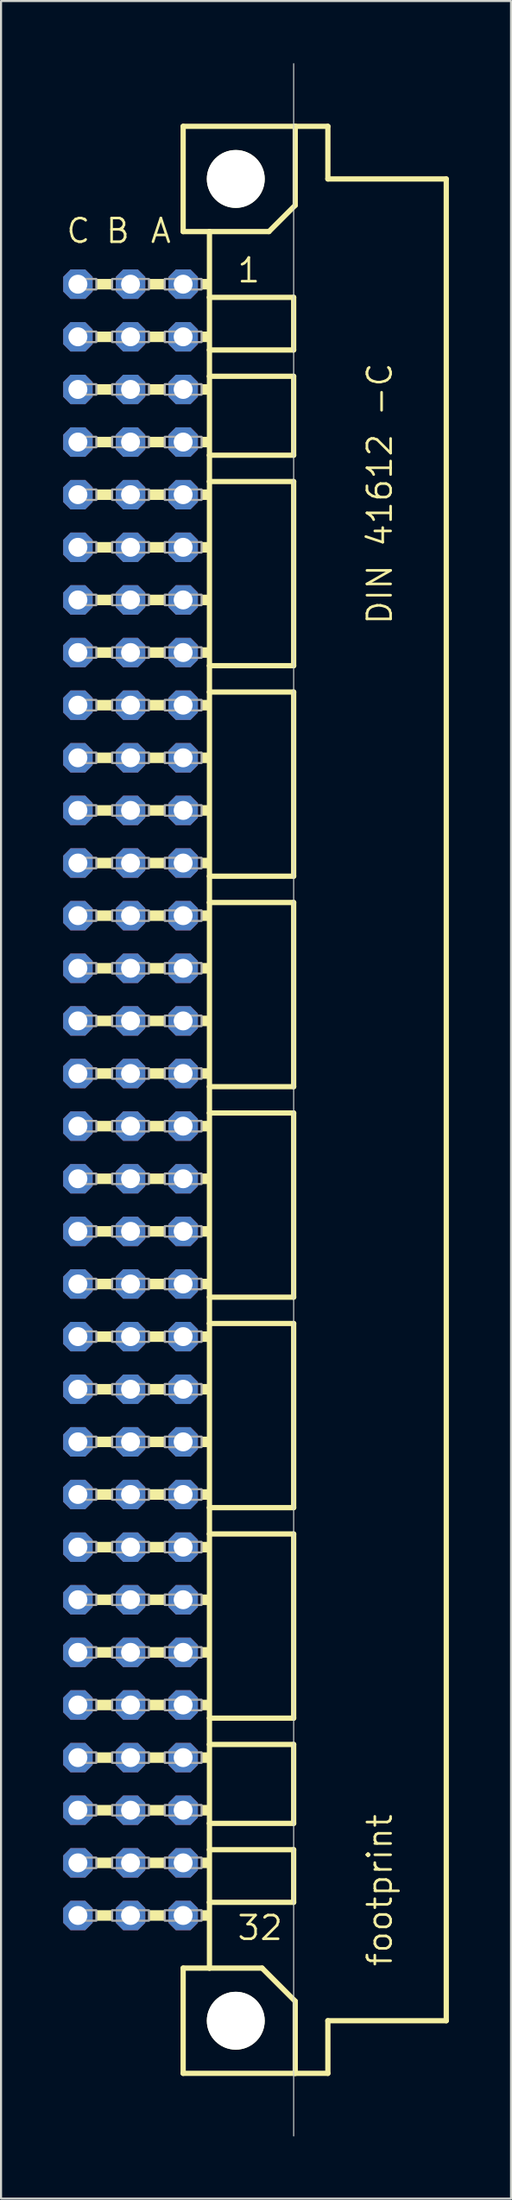
<source format=kicad_pcb>
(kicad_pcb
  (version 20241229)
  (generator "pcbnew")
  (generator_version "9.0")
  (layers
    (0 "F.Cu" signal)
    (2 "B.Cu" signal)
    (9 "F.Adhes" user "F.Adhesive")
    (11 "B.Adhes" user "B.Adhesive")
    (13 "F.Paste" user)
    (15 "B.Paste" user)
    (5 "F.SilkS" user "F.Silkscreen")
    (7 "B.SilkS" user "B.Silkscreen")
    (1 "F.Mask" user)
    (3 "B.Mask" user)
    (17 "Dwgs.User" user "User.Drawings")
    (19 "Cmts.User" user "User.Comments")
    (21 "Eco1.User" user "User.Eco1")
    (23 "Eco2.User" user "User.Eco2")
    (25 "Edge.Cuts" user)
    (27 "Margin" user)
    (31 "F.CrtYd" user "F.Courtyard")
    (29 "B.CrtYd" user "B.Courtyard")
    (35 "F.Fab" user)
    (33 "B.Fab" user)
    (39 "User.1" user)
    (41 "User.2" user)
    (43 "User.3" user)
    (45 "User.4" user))
  (footprint "footprint"
    (layer "F.Cu")
    (at 8.331 50.038)
    (property "Reference" "footprint" (at 7.62 41.91 90) (layer "F.SilkS") (effects (font (size 1.143 1.143) (thickness 0.127)) (justify left bottom)))
    (fp_line (start -2.54 -46.99) (end -2.54 -41.91) (stroke (width 0.254) (type solid)) (layer "F.SilkS"))
    (fp_line (start -2.54 -41.91) (end -1.27 -41.91) (stroke (width 0.254) (type solid)) (layer "F.SilkS"))
    (fp_line (start -2.54 41.91) (end -2.54 46.99) (stroke (width 0.254) (type solid)) (layer "F.SilkS"))
    (fp_line (start -2.54 41.91) (end -1.27 41.91) (stroke (width 0.254) (type solid)) (layer "F.SilkS"))
    (fp_line (start -2.54 46.99) (end 2.87 46.99) (stroke (width 0.254) (type solid)) (layer "F.SilkS"))
    (fp_line (start -1.27 -41.91) (end -1.27 -38.735) (stroke (width 0.254) (type solid)) (layer "F.SilkS"))
    (fp_line (start -1.27 -41.91) (end 1.6 -41.91) (stroke (width 0.254) (type solid)) (layer "F.SilkS"))
    (fp_line (start -1.27 -38.735) (end -1.27 -36.195) (stroke (width 0.254) (type solid)) (layer "F.SilkS"))
    (fp_line (start -1.27 -36.195) (end -1.27 -34.925) (stroke (width 0.254) (type solid)) (layer "F.SilkS"))
    (fp_line (start -1.27 -34.925) (end -1.27 -31.115) (stroke (width 0.254) (type solid)) (layer "F.SilkS"))
    (fp_line (start -1.27 -31.115) (end -1.27 -29.845) (stroke (width 0.254) (type solid)) (layer "F.SilkS"))
    (fp_line (start -1.27 -29.845) (end -1.27 -20.955) (stroke (width 0.254) (type solid)) (layer "F.SilkS"))
    (fp_line (start -1.27 -20.955) (end -1.27 -19.685) (stroke (width 0.254) (type solid)) (layer "F.SilkS"))
    (fp_line (start -1.27 -19.685) (end -1.27 -10.795) (stroke (width 0.254) (type solid)) (layer "F.SilkS"))
    (fp_line (start -1.27 -10.795) (end -1.27 -9.525) (stroke (width 0.254) (type solid)) (layer "F.SilkS"))
    (fp_line (start -1.27 -9.525) (end -1.27 -0.635) (stroke (width 0.254) (type solid)) (layer "F.SilkS"))
    (fp_line (start -1.27 -0.635) (end -1.27 0.635) (stroke (width 0.254) (type solid)) (layer "F.SilkS"))
    (fp_line (start -1.27 0.635) (end -1.27 9.525) (stroke (width 0.254) (type solid)) (layer "F.SilkS"))
    (fp_line (start -1.27 9.525) (end -1.27 10.795) (stroke (width 0.254) (type solid)) (layer "F.SilkS"))
    (fp_line (start -1.27 10.795) (end -1.27 19.685) (stroke (width 0.254) (type solid)) (layer "F.SilkS"))
    (fp_line (start -1.27 19.685) (end -1.27 20.955) (stroke (width 0.254) (type solid)) (layer "F.SilkS"))
    (fp_line (start -1.27 20.955) (end -1.27 29.845) (stroke (width 0.254) (type solid)) (layer "F.SilkS"))
    (fp_line (start -1.27 29.845) (end -1.27 31.115) (stroke (width 0.254) (type solid)) (layer "F.SilkS"))
    (fp_line (start -1.27 31.115) (end -1.27 34.925) (stroke (width 0.254) (type solid)) (layer "F.SilkS"))
    (fp_line (start -1.27 34.925) (end -1.27 36.195) (stroke (width 0.254) (type solid)) (layer "F.SilkS"))
    (fp_line (start -1.27 36.195) (end -1.27 38.735) (stroke (width 0.254) (type solid)) (layer "F.SilkS"))
    (fp_line (start -1.27 38.735) (end -1.27 41.91) (stroke (width 0.254) (type solid)) (layer "F.SilkS"))
    (fp_line (start -1.27 41.91) (end 1.27 41.91) (stroke (width 0.254) (type solid)) (layer "F.SilkS"))
    (fp_line (start 1.6 -41.91) (end 2.87 -43.18) (stroke (width 0.254) (type solid)) (layer "F.SilkS"))
    (fp_line (start 2.794 -38.735) (end -1.27 -38.735) (stroke (width 0.254) (type solid)) (layer "F.SilkS"))
    (fp_line (start 2.794 -38.735) (end 2.794 -36.195) (stroke (width 0.254) (type solid)) (layer "F.SilkS"))
    (fp_line (start 2.794 -36.195) (end -1.27 -36.195) (stroke (width 0.254) (type solid)) (layer "F.SilkS"))
    (fp_line (start 2.794 -34.925) (end -1.27 -34.925) (stroke (width 0.254) (type solid)) (layer "F.SilkS"))
    (fp_line (start 2.794 -34.925) (end 2.794 -31.115) (stroke (width 0.254) (type solid)) (layer "F.SilkS"))
    (fp_line (start 2.794 -31.115) (end -1.27 -31.115) (stroke (width 0.254) (type solid)) (layer "F.SilkS"))
    (fp_line (start 2.794 -29.845) (end -1.27 -29.845) (stroke (width 0.254) (type solid)) (layer "F.SilkS"))
    (fp_line (start 2.794 -29.845) (end 2.794 -20.955) (stroke (width 0.254) (type solid)) (layer "F.SilkS"))
    (fp_line (start 2.794 -20.955) (end -1.27 -20.955) (stroke (width 0.254) (type solid)) (layer "F.SilkS"))
    (fp_line (start 2.794 -19.685) (end -1.27 -19.685) (stroke (width 0.254) (type solid)) (layer "F.SilkS"))
    (fp_line (start 2.794 -19.685) (end 2.794 -10.795) (stroke (width 0.254) (type solid)) (layer "F.SilkS"))
    (fp_line (start 2.794 -10.795) (end -1.27 -10.795) (stroke (width 0.254) (type solid)) (layer "F.SilkS"))
    (fp_line (start 2.794 -9.525) (end -1.27 -9.525) (stroke (width 0.254) (type solid)) (layer "F.SilkS"))
    (fp_line (start 2.794 -9.525) (end 2.794 -0.635) (stroke (width 0.254) (type solid)) (layer "F.SilkS"))
    (fp_line (start 2.794 -0.635) (end -1.27 -0.635) (stroke (width 0.254) (type solid)) (layer "F.SilkS"))
    (fp_line (start 2.794 0.635) (end -1.27 0.635) (stroke (width 0.254) (type solid)) (layer "F.SilkS"))
    (fp_line (start 2.794 0.635) (end 2.794 9.525) (stroke (width 0.254) (type solid)) (layer "F.SilkS"))
    (fp_line (start 2.794 9.525) (end -1.27 9.525) (stroke (width 0.254) (type solid)) (layer "F.SilkS"))
    (fp_line (start 2.794 10.795) (end -1.27 10.795) (stroke (width 0.254) (type solid)) (layer "F.SilkS"))
    (fp_line (start 2.794 10.795) (end 2.794 19.685) (stroke (width 0.254) (type solid)) (layer "F.SilkS"))
    (fp_line (start 2.794 19.685) (end -1.27 19.685) (stroke (width 0.254) (type solid)) (layer "F.SilkS"))
    (fp_line (start 2.794 20.955) (end -1.27 20.955) (stroke (width 0.254) (type solid)) (layer "F.SilkS"))
    (fp_line (start 2.794 20.955) (end 2.794 29.845) (stroke (width 0.254) (type solid)) (layer "F.SilkS"))
    (fp_line (start 2.794 29.845) (end -1.27 29.845) (stroke (width 0.254) (type solid)) (layer "F.SilkS"))
    (fp_line (start 2.794 31.115) (end -1.27 31.115) (stroke (width 0.254) (type solid)) (layer "F.SilkS"))
    (fp_line (start 2.794 31.115) (end 2.794 34.925) (stroke (width 0.254) (type solid)) (layer "F.SilkS"))
    (fp_line (start 2.794 34.925) (end -1.27 34.925) (stroke (width 0.254) (type solid)) (layer "F.SilkS"))
    (fp_line (start 2.794 36.195) (end -1.27 36.195) (stroke (width 0.254) (type solid)) (layer "F.SilkS"))
    (fp_line (start 2.794 36.195) (end 2.794 38.735) (stroke (width 0.254) (type solid)) (layer "F.SilkS"))
    (fp_line (start 2.794 38.735) (end -1.27 38.735) (stroke (width 0.254) (type solid)) (layer "F.SilkS"))
    (fp_line (start 2.87 -46.99) (end -2.54 -46.99) (stroke (width 0.254) (type solid)) (layer "F.SilkS"))
    (fp_line (start 2.87 -43.18) (end 2.87 -46.99) (stroke (width 0.254) (type solid)) (layer "F.SilkS"))
    (fp_line (start 2.87 43.51) (end 1.27 41.91) (stroke (width 0.254) (type solid)) (layer "F.SilkS"))
    (fp_line (start 2.87 43.51) (end 2.87 46.99) (stroke (width 0.254) (type solid)) (layer "F.SilkS"))
    (fp_line (start 2.87 46.99) (end 4.445 46.99) (stroke (width 0.254) (type solid)) (layer "F.SilkS"))
    (fp_line (start 4.445 -46.99) (end 2.87 -46.99) (stroke (width 0.254) (type solid)) (layer "F.SilkS"))
    (fp_line (start 4.445 -44.45) (end 4.445 -46.99) (stroke (width 0.254) (type solid)) (layer "F.SilkS"))
    (fp_line (start 4.445 44.45) (end 10.16 44.45) (stroke (width 0.254) (type solid)) (layer "F.SilkS"))
    (fp_line (start 4.445 46.99) (end 4.445 44.45) (stroke (width 0.254) (type solid)) (layer "F.SilkS"))
    (fp_line (start 10.16 -44.45) (end 4.445 -44.45) (stroke (width 0.254) (type solid)) (layer "F.SilkS"))
    (fp_line (start 10.16 44.45) (end 10.16 -44.45) (stroke (width 0.254) (type solid)) (layer "F.SilkS"))
    (fp_circle (center 0 -44.45) (end 1.27 -44.45) (stroke (width 0.254) (type solid)) (fill no) (layer "F.SilkS"))
    (fp_circle (center 0 44.45) (end 1.27 44.45) (stroke (width 0.254) (type solid)) (fill no) (layer "F.SilkS"))
    (fp_poly (pts (xy -6.731 -39.116) (xy -5.969 -39.116) (xy -5.969 -39.624) (xy -6.731 -39.624)) (stroke (width 0) (type solid)) (fill yes) (layer "F.SilkS"))
    (fp_poly (pts (xy -6.731 -36.576) (xy -5.969 -36.576) (xy -5.969 -37.084) (xy -6.731 -37.084)) (stroke (width 0) (type solid)) (fill yes) (layer "F.SilkS"))
    (fp_poly (pts (xy -6.731 -34.036) (xy -5.969 -34.036) (xy -5.969 -34.544) (xy -6.731 -34.544)) (stroke (width 0) (type solid)) (fill yes) (layer "F.SilkS"))
    (fp_poly (pts (xy -6.731 -31.496) (xy -5.969 -31.496) (xy -5.969 -32.004) (xy -6.731 -32.004)) (stroke (width 0) (type solid)) (fill yes) (layer "F.SilkS"))
    (fp_poly (pts (xy -6.731 -28.956) (xy -5.969 -28.956) (xy -5.969 -29.464) (xy -6.731 -29.464)) (stroke (width 0) (type solid)) (fill yes) (layer "F.SilkS"))
    (fp_poly (pts (xy -6.731 -26.416) (xy -5.969 -26.416) (xy -5.969 -26.924) (xy -6.731 -26.924)) (stroke (width 0) (type solid)) (fill yes) (layer "F.SilkS"))
    (fp_poly (pts (xy -6.731 -23.876) (xy -5.969 -23.876) (xy -5.969 -24.384) (xy -6.731 -24.384)) (stroke (width 0) (type solid)) (fill yes) (layer "F.SilkS"))
    (fp_poly (pts (xy -6.731 -21.336) (xy -5.969 -21.336) (xy -5.969 -21.844) (xy -6.731 -21.844)) (stroke (width 0) (type solid)) (fill yes) (layer "F.SilkS"))
    (fp_poly (pts (xy -6.731 -18.796) (xy -5.969 -18.796) (xy -5.969 -19.304) (xy -6.731 -19.304)) (stroke (width 0) (type solid)) (fill yes) (layer "F.SilkS"))
    (fp_poly (pts (xy -6.731 -16.256) (xy -5.969 -16.256) (xy -5.969 -16.764) (xy -6.731 -16.764)) (stroke (width 0) (type solid)) (fill yes) (layer "F.SilkS"))
    (fp_poly (pts (xy -6.731 -13.716) (xy -5.969 -13.716) (xy -5.969 -14.224) (xy -6.731 -14.224)) (stroke (width 0) (type solid)) (fill yes) (layer "F.SilkS"))
    (fp_poly (pts (xy -6.731 -11.176) (xy -5.969 -11.176) (xy -5.969 -11.684) (xy -6.731 -11.684)) (stroke (width 0) (type solid)) (fill yes) (layer "F.SilkS"))
    (fp_poly (pts (xy -6.731 -8.636) (xy -5.969 -8.636) (xy -5.969 -9.144) (xy -6.731 -9.144)) (stroke (width 0) (type solid)) (fill yes) (layer "F.SilkS"))
    (fp_poly (pts (xy -6.731 -6.096) (xy -5.969 -6.096) (xy -5.969 -6.604) (xy -6.731 -6.604)) (stroke (width 0) (type solid)) (fill yes) (layer "F.SilkS"))
    (fp_poly (pts (xy -6.731 -3.556) (xy -5.969 -3.556) (xy -5.969 -4.064) (xy -6.731 -4.064)) (stroke (width 0) (type solid)) (fill yes) (layer "F.SilkS"))
    (fp_poly (pts (xy -6.731 -1.016) (xy -5.969 -1.016) (xy -5.969 -1.524) (xy -6.731 -1.524)) (stroke (width 0) (type solid)) (fill yes) (layer "F.SilkS"))
    (fp_poly (pts (xy -6.731 1.524) (xy -5.969 1.524) (xy -5.969 1.016) (xy -6.731 1.016)) (stroke (width 0) (type solid)) (fill yes) (layer "F.SilkS"))
    (fp_poly (pts (xy -6.731 4.064) (xy -5.969 4.064) (xy -5.969 3.556) (xy -6.731 3.556)) (stroke (width 0) (type solid)) (fill yes) (layer "F.SilkS"))
    (fp_poly (pts (xy -6.731 6.604) (xy -5.969 6.604) (xy -5.969 6.096) (xy -6.731 6.096)) (stroke (width 0) (type solid)) (fill yes) (layer "F.SilkS"))
    (fp_poly (pts (xy -6.731 9.144) (xy -5.969 9.144) (xy -5.969 8.636) (xy -6.731 8.636)) (stroke (width 0) (type solid)) (fill yes) (layer "F.SilkS"))
    (fp_poly (pts (xy -6.731 11.684) (xy -5.969 11.684) (xy -5.969 11.176) (xy -6.731 11.176)) (stroke (width 0) (type solid)) (fill yes) (layer "F.SilkS"))
    (fp_poly (pts (xy -6.731 14.224) (xy -5.969 14.224) (xy -5.969 13.716) (xy -6.731 13.716)) (stroke (width 0) (type solid)) (fill yes) (layer "F.SilkS"))
    (fp_poly (pts (xy -6.731 16.764) (xy -5.969 16.764) (xy -5.969 16.256) (xy -6.731 16.256)) (stroke (width 0) (type solid)) (fill yes) (layer "F.SilkS"))
    (fp_poly (pts (xy -6.731 19.304) (xy -5.969 19.304) (xy -5.969 18.796) (xy -6.731 18.796)) (stroke (width 0) (type solid)) (fill yes) (layer "F.SilkS"))
    (fp_poly (pts (xy -6.731 21.844) (xy -5.969 21.844) (xy -5.969 21.336) (xy -6.731 21.336)) (stroke (width 0) (type solid)) (fill yes) (layer "F.SilkS"))
    (fp_poly (pts (xy -6.731 24.384) (xy -5.969 24.384) (xy -5.969 23.876) (xy -6.731 23.876)) (stroke (width 0) (type solid)) (fill yes) (layer "F.SilkS"))
    (fp_poly (pts (xy -6.731 26.924) (xy -5.969 26.924) (xy -5.969 26.416) (xy -6.731 26.416)) (stroke (width 0) (type solid)) (fill yes) (layer "F.SilkS"))
    (fp_poly (pts (xy -6.731 29.464) (xy -5.969 29.464) (xy -5.969 28.956) (xy -6.731 28.956)) (stroke (width 0) (type solid)) (fill yes) (layer "F.SilkS"))
    (fp_poly (pts (xy -6.731 32.004) (xy -5.969 32.004) (xy -5.969 31.496) (xy -6.731 31.496)) (stroke (width 0) (type solid)) (fill yes) (layer "F.SilkS"))
    (fp_poly (pts (xy -6.731 34.544) (xy -5.969 34.544) (xy -5.969 34.036) (xy -6.731 34.036)) (stroke (width 0) (type solid)) (fill yes) (layer "F.SilkS"))
    (fp_poly (pts (xy -6.731 37.084) (xy -5.969 37.084) (xy -5.969 36.576) (xy -6.731 36.576)) (stroke (width 0) (type solid)) (fill yes) (layer "F.SilkS"))
    (fp_poly (pts (xy -6.731 39.624) (xy -5.969 39.624) (xy -5.969 39.116) (xy -6.731 39.116)) (stroke (width 0) (type solid)) (fill yes) (layer "F.SilkS"))
    (fp_poly (pts (xy -4.191 -39.116) (xy -3.429 -39.116) (xy -3.429 -39.624) (xy -4.191 -39.624)) (stroke (width 0) (type solid)) (fill yes) (layer "F.SilkS"))
    (fp_poly (pts (xy -4.191 -36.576) (xy -3.429 -36.576) (xy -3.429 -37.084) (xy -4.191 -37.084)) (stroke (width 0) (type solid)) (fill yes) (layer "F.SilkS"))
    (fp_poly (pts (xy -4.191 -34.036) (xy -3.429 -34.036) (xy -3.429 -34.544) (xy -4.191 -34.544)) (stroke (width 0) (type solid)) (fill yes) (layer "F.SilkS"))
    (fp_poly (pts (xy -4.191 -31.496) (xy -3.429 -31.496) (xy -3.429 -32.004) (xy -4.191 -32.004)) (stroke (width 0) (type solid)) (fill yes) (layer "F.SilkS"))
    (fp_poly (pts (xy -4.191 -28.956) (xy -3.429 -28.956) (xy -3.429 -29.464) (xy -4.191 -29.464)) (stroke (width 0) (type solid)) (fill yes) (layer "F.SilkS"))
    (fp_poly (pts (xy -4.191 -26.416) (xy -3.429 -26.416) (xy -3.429 -26.924) (xy -4.191 -26.924)) (stroke (width 0) (type solid)) (fill yes) (layer "F.SilkS"))
    (fp_poly (pts (xy -4.191 -23.876) (xy -3.429 -23.876) (xy -3.429 -24.384) (xy -4.191 -24.384)) (stroke (width 0) (type solid)) (fill yes) (layer "F.SilkS"))
    (fp_poly (pts (xy -4.191 -21.336) (xy -3.429 -21.336) (xy -3.429 -21.844) (xy -4.191 -21.844)) (stroke (width 0) (type solid)) (fill yes) (layer "F.SilkS"))
    (fp_poly (pts (xy -4.191 -18.796) (xy -3.429 -18.796) (xy -3.429 -19.304) (xy -4.191 -19.304)) (stroke (width 0) (type solid)) (fill yes) (layer "F.SilkS"))
    (fp_poly (pts (xy -4.191 -16.256) (xy -3.429 -16.256) (xy -3.429 -16.764) (xy -4.191 -16.764)) (stroke (width 0) (type solid)) (fill yes) (layer "F.SilkS"))
    (fp_poly (pts (xy -4.191 -13.716) (xy -3.429 -13.716) (xy -3.429 -14.224) (xy -4.191 -14.224)) (stroke (width 0) (type solid)) (fill yes) (layer "F.SilkS"))
    (fp_poly (pts (xy -4.191 -11.176) (xy -3.429 -11.176) (xy -3.429 -11.684) (xy -4.191 -11.684)) (stroke (width 0) (type solid)) (fill yes) (layer "F.SilkS"))
    (fp_poly (pts (xy -4.191 -8.636) (xy -3.429 -8.636) (xy -3.429 -9.144) (xy -4.191 -9.144)) (stroke (width 0) (type solid)) (fill yes) (layer "F.SilkS"))
    (fp_poly (pts (xy -4.191 -6.096) (xy -3.429 -6.096) (xy -3.429 -6.604) (xy -4.191 -6.604)) (stroke (width 0) (type solid)) (fill yes) (layer "F.SilkS"))
    (fp_poly (pts (xy -4.191 -3.556) (xy -3.429 -3.556) (xy -3.429 -4.064) (xy -4.191 -4.064)) (stroke (width 0) (type solid)) (fill yes) (layer "F.SilkS"))
    (fp_poly (pts (xy -4.191 -1.016) (xy -3.429 -1.016) (xy -3.429 -1.524) (xy -4.191 -1.524)) (stroke (width 0) (type solid)) (fill yes) (layer "F.SilkS"))
    (fp_poly (pts (xy -4.191 1.524) (xy -3.429 1.524) (xy -3.429 1.016) (xy -4.191 1.016)) (stroke (width 0) (type solid)) (fill yes) (layer "F.SilkS"))
    (fp_poly (pts (xy -4.191 4.064) (xy -3.429 4.064) (xy -3.429 3.556) (xy -4.191 3.556)) (stroke (width 0) (type solid)) (fill yes) (layer "F.SilkS"))
    (fp_poly (pts (xy -4.191 6.604) (xy -3.429 6.604) (xy -3.429 6.096) (xy -4.191 6.096)) (stroke (width 0) (type solid)) (fill yes) (layer "F.SilkS"))
    (fp_poly (pts (xy -4.191 9.144) (xy -3.429 9.144) (xy -3.429 8.636) (xy -4.191 8.636)) (stroke (width 0) (type solid)) (fill yes) (layer "F.SilkS"))
    (fp_poly (pts (xy -4.191 11.684) (xy -3.429 11.684) (xy -3.429 11.176) (xy -4.191 11.176)) (stroke (width 0) (type solid)) (fill yes) (layer "F.SilkS"))
    (fp_poly (pts (xy -4.191 14.224) (xy -3.429 14.224) (xy -3.429 13.716) (xy -4.191 13.716)) (stroke (width 0) (type solid)) (fill yes) (layer "F.SilkS"))
    (fp_poly (pts (xy -4.191 16.764) (xy -3.429 16.764) (xy -3.429 16.256) (xy -4.191 16.256)) (stroke (width 0) (type solid)) (fill yes) (layer "F.SilkS"))
    (fp_poly (pts (xy -4.191 19.304) (xy -3.429 19.304) (xy -3.429 18.796) (xy -4.191 18.796)) (stroke (width 0) (type solid)) (fill yes) (layer "F.SilkS"))
    (fp_poly (pts (xy -4.191 21.844) (xy -3.429 21.844) (xy -3.429 21.336) (xy -4.191 21.336)) (stroke (width 0) (type solid)) (fill yes) (layer "F.SilkS"))
    (fp_poly (pts (xy -4.191 24.384) (xy -3.429 24.384) (xy -3.429 23.876) (xy -4.191 23.876)) (stroke (width 0) (type solid)) (fill yes) (layer "F.SilkS"))
    (fp_poly (pts (xy -4.191 26.924) (xy -3.429 26.924) (xy -3.429 26.416) (xy -4.191 26.416)) (stroke (width 0) (type solid)) (fill yes) (layer "F.SilkS"))
    (fp_poly (pts (xy -4.191 29.464) (xy -3.429 29.464) (xy -3.429 28.956) (xy -4.191 28.956)) (stroke (width 0) (type solid)) (fill yes) (layer "F.SilkS"))
    (fp_poly (pts (xy -4.191 32.004) (xy -3.429 32.004) (xy -3.429 31.496) (xy -4.191 31.496)) (stroke (width 0) (type solid)) (fill yes) (layer "F.SilkS"))
    (fp_poly (pts (xy -4.191 34.544) (xy -3.429 34.544) (xy -3.429 34.036) (xy -4.191 34.036)) (stroke (width 0) (type solid)) (fill yes) (layer "F.SilkS"))
    (fp_poly (pts (xy -4.191 37.084) (xy -3.429 37.084) (xy -3.429 36.576) (xy -4.191 36.576)) (stroke (width 0) (type solid)) (fill yes) (layer "F.SilkS"))
    (fp_poly (pts (xy -4.191 39.624) (xy -3.429 39.624) (xy -3.429 39.116) (xy -4.191 39.116)) (stroke (width 0) (type solid)) (fill yes) (layer "F.SilkS"))
    (fp_poly (pts (xy -1.651 -39.116) (xy -1.27 -39.116) (xy -1.27 -39.624) (xy -1.651 -39.624)) (stroke (width 0) (type solid)) (fill yes) (layer "F.SilkS"))
    (fp_poly (pts (xy -1.651 -36.576) (xy -1.27 -36.576) (xy -1.27 -37.084) (xy -1.651 -37.084)) (stroke (width 0) (type solid)) (fill yes) (layer "F.SilkS"))
    (fp_poly (pts (xy -1.651 -34.036) (xy -1.27 -34.036) (xy -1.27 -34.544) (xy -1.651 -34.544)) (stroke (width 0) (type solid)) (fill yes) (layer "F.SilkS"))
    (fp_poly (pts (xy -1.651 -31.496) (xy -1.27 -31.496) (xy -1.27 -32.004) (xy -1.651 -32.004)) (stroke (width 0) (type solid)) (fill yes) (layer "F.SilkS"))
    (fp_poly (pts (xy -1.651 -28.956) (xy -1.27 -28.956) (xy -1.27 -29.464) (xy -1.651 -29.464)) (stroke (width 0) (type solid)) (fill yes) (layer "F.SilkS"))
    (fp_poly (pts (xy -1.651 -26.416) (xy -1.27 -26.416) (xy -1.27 -26.924) (xy -1.651 -26.924)) (stroke (width 0) (type solid)) (fill yes) (layer "F.SilkS"))
    (fp_poly (pts (xy -1.651 -23.876) (xy -1.27 -23.876) (xy -1.27 -24.384) (xy -1.651 -24.384)) (stroke (width 0) (type solid)) (fill yes) (layer "F.SilkS"))
    (fp_poly (pts (xy -1.651 -21.336) (xy -1.27 -21.336) (xy -1.27 -21.844) (xy -1.651 -21.844)) (stroke (width 0) (type solid)) (fill yes) (layer "F.SilkS"))
    (fp_poly (pts (xy -1.651 -18.796) (xy -1.27 -18.796) (xy -1.27 -19.304) (xy -1.651 -19.304)) (stroke (width 0) (type solid)) (fill yes) (layer "F.SilkS"))
    (fp_poly (pts (xy -1.651 -16.256) (xy -1.27 -16.256) (xy -1.27 -16.764) (xy -1.651 -16.764)) (stroke (width 0) (type solid)) (fill yes) (layer "F.SilkS"))
    (fp_poly (pts (xy -1.651 -13.716) (xy -1.27 -13.716) (xy -1.27 -14.224) (xy -1.651 -14.224)) (stroke (width 0) (type solid)) (fill yes) (layer "F.SilkS"))
    (fp_poly (pts (xy -1.651 -11.176) (xy -1.27 -11.176) (xy -1.27 -11.684) (xy -1.651 -11.684)) (stroke (width 0) (type solid)) (fill yes) (layer "F.SilkS"))
    (fp_poly (pts (xy -1.651 -8.636) (xy -1.27 -8.636) (xy -1.27 -9.144) (xy -1.651 -9.144)) (stroke (width 0) (type solid)) (fill yes) (layer "F.SilkS"))
    (fp_poly (pts (xy -1.651 -6.096) (xy -1.27 -6.096) (xy -1.27 -6.604) (xy -1.651 -6.604)) (stroke (width 0) (type solid)) (fill yes) (layer "F.SilkS"))
    (fp_poly (pts (xy -1.651 -3.556) (xy -1.27 -3.556) (xy -1.27 -4.064) (xy -1.651 -4.064)) (stroke (width 0) (type solid)) (fill yes) (layer "F.SilkS"))
    (fp_poly (pts (xy -1.651 -1.016) (xy -1.27 -1.016) (xy -1.27 -1.524) (xy -1.651 -1.524)) (stroke (width 0) (type solid)) (fill yes) (layer "F.SilkS"))
    (fp_poly (pts (xy -1.651 1.524) (xy -1.27 1.524) (xy -1.27 1.016) (xy -1.651 1.016)) (stroke (width 0) (type solid)) (fill yes) (layer "F.SilkS"))
    (fp_poly (pts (xy -1.651 4.064) (xy -1.27 4.064) (xy -1.27 3.556) (xy -1.651 3.556)) (stroke (width 0) (type solid)) (fill yes) (layer "F.SilkS"))
    (fp_poly (pts (xy -1.651 6.604) (xy -1.27 6.604) (xy -1.27 6.096) (xy -1.651 6.096)) (stroke (width 0) (type solid)) (fill yes) (layer "F.SilkS"))
    (fp_poly (pts (xy -1.651 9.144) (xy -1.27 9.144) (xy -1.27 8.636) (xy -1.651 8.636)) (stroke (width 0) (type solid)) (fill yes) (layer "F.SilkS"))
    (fp_poly (pts (xy -1.651 11.684) (xy -1.27 11.684) (xy -1.27 11.176) (xy -1.651 11.176)) (stroke (width 0) (type solid)) (fill yes) (layer "F.SilkS"))
    (fp_poly (pts (xy -1.651 14.224) (xy -1.27 14.224) (xy -1.27 13.716) (xy -1.651 13.716)) (stroke (width 0) (type solid)) (fill yes) (layer "F.SilkS"))
    (fp_poly (pts (xy -1.651 16.764) (xy -1.27 16.764) (xy -1.27 16.256) (xy -1.651 16.256)) (stroke (width 0) (type solid)) (fill yes) (layer "F.SilkS"))
    (fp_poly (pts (xy -1.651 19.304) (xy -1.27 19.304) (xy -1.27 18.796) (xy -1.651 18.796)) (stroke (width 0) (type solid)) (fill yes) (layer "F.SilkS"))
    (fp_poly (pts (xy -1.651 21.844) (xy -1.27 21.844) (xy -1.27 21.336) (xy -1.651 21.336)) (stroke (width 0) (type solid)) (fill yes) (layer "F.SilkS"))
    (fp_poly (pts (xy -1.651 24.384) (xy -1.27 24.384) (xy -1.27 23.876) (xy -1.651 23.876)) (stroke (width 0) (type solid)) (fill yes) (layer "F.SilkS"))
    (fp_poly (pts (xy -1.651 26.924) (xy -1.27 26.924) (xy -1.27 26.416) (xy -1.651 26.416)) (stroke (width 0) (type solid)) (fill yes) (layer "F.SilkS"))
    (fp_poly (pts (xy -1.651 29.464) (xy -1.27 29.464) (xy -1.27 28.956) (xy -1.651 28.956)) (stroke (width 0) (type solid)) (fill yes) (layer "F.SilkS"))
    (fp_poly (pts (xy -1.651 32.004) (xy -1.27 32.004) (xy -1.27 31.496) (xy -1.651 31.496)) (stroke (width 0) (type solid)) (fill yes) (layer "F.SilkS"))
    (fp_poly (pts (xy -1.651 34.544) (xy -1.27 34.544) (xy -1.27 34.036) (xy -1.651 34.036)) (stroke (width 0) (type solid)) (fill yes) (layer "F.SilkS"))
    (fp_poly (pts (xy -1.651 37.084) (xy -1.27 37.084) (xy -1.27 36.576) (xy -1.651 36.576)) (stroke (width 0) (type solid)) (fill yes) (layer "F.SilkS"))
    (fp_poly (pts (xy -1.651 39.624) (xy -1.27 39.624) (xy -1.27 39.116) (xy -1.651 39.116)) (stroke (width 0) (type solid)) (fill yes) (layer "F.SilkS"))
    (fp_line (start 2.794 50.013) (end 2.794 -50.013) (stroke (width 0.05) (type solid)) (layer "Edge.Cuts"))
    (fp_poly (pts (xy -7.874 -39.116) (xy -6.731 -39.116) (xy -6.731 -39.624) (xy -7.874 -39.624)) (stroke (width 0.1) (type solid)) (fill no) (layer "F.Fab"))
    (fp_poly (pts (xy -7.874 -36.576) (xy -6.731 -36.576) (xy -6.731 -37.084) (xy -7.874 -37.084)) (stroke (width 0.1) (type solid)) (fill no) (layer "F.Fab"))
    (fp_poly (pts (xy -7.874 -34.036) (xy -6.731 -34.036) (xy -6.731 -34.544) (xy -7.874 -34.544)) (stroke (width 0.1) (type solid)) (fill no) (layer "F.Fab"))
    (fp_poly (pts (xy -7.874 -31.496) (xy -6.731 -31.496) (xy -6.731 -32.004) (xy -7.874 -32.004)) (stroke (width 0.1) (type solid)) (fill no) (layer "F.Fab"))
    (fp_poly (pts (xy -7.874 -28.956) (xy -6.731 -28.956) (xy -6.731 -29.464) (xy -7.874 -29.464)) (stroke (width 0.1) (type solid)) (fill no) (layer "F.Fab"))
    (fp_poly (pts (xy -7.874 -26.416) (xy -6.731 -26.416) (xy -6.731 -26.924) (xy -7.874 -26.924)) (stroke (width 0.1) (type solid)) (fill no) (layer "F.Fab"))
    (fp_poly (pts (xy -7.874 -23.876) (xy -6.731 -23.876) (xy -6.731 -24.384) (xy -7.874 -24.384)) (stroke (width 0.1) (type solid)) (fill no) (layer "F.Fab"))
    (fp_poly (pts (xy -7.874 -21.336) (xy -6.731 -21.336) (xy -6.731 -21.844) (xy -7.874 -21.844)) (stroke (width 0.1) (type solid)) (fill no) (layer "F.Fab"))
    (fp_poly (pts (xy -7.874 -18.796) (xy -6.731 -18.796) (xy -6.731 -19.304) (xy -7.874 -19.304)) (stroke (width 0.1) (type solid)) (fill no) (layer "F.Fab"))
    (fp_poly (pts (xy -7.874 -16.256) (xy -6.731 -16.256) (xy -6.731 -16.764) (xy -7.874 -16.764)) (stroke (width 0.1) (type solid)) (fill no) (layer "F.Fab"))
    (fp_poly (pts (xy -7.874 -13.716) (xy -6.731 -13.716) (xy -6.731 -14.224) (xy -7.874 -14.224)) (stroke (width 0.1) (type solid)) (fill no) (layer "F.Fab"))
    (fp_poly (pts (xy -7.874 -11.176) (xy -6.731 -11.176) (xy -6.731 -11.684) (xy -7.874 -11.684)) (stroke (width 0.1) (type solid)) (fill no) (layer "F.Fab"))
    (fp_poly (pts (xy -7.874 -8.636) (xy -6.731 -8.636) (xy -6.731 -9.144) (xy -7.874 -9.144)) (stroke (width 0.1) (type solid)) (fill no) (layer "F.Fab"))
    (fp_poly (pts (xy -7.874 -6.096) (xy -6.731 -6.096) (xy -6.731 -6.604) (xy -7.874 -6.604)) (stroke (width 0.1) (type solid)) (fill no) (layer "F.Fab"))
    (fp_poly (pts (xy -7.874 -3.556) (xy -6.731 -3.556) (xy -6.731 -4.064) (xy -7.874 -4.064)) (stroke (width 0.1) (type solid)) (fill no) (layer "F.Fab"))
    (fp_poly (pts (xy -7.874 -1.016) (xy -6.731 -1.016) (xy -6.731 -1.524) (xy -7.874 -1.524)) (stroke (width 0.1) (type solid)) (fill no) (layer "F.Fab"))
    (fp_poly (pts (xy -7.874 1.524) (xy -6.731 1.524) (xy -6.731 1.016) (xy -7.874 1.016)) (stroke (width 0.1) (type solid)) (fill no) (layer "F.Fab"))
    (fp_poly (pts (xy -7.874 4.064) (xy -6.731 4.064) (xy -6.731 3.556) (xy -7.874 3.556)) (stroke (width 0.1) (type solid)) (fill no) (layer "F.Fab"))
    (fp_poly (pts (xy -7.874 6.604) (xy -6.731 6.604) (xy -6.731 6.096) (xy -7.874 6.096)) (stroke (width 0.1) (type solid)) (fill no) (layer "F.Fab"))
    (fp_poly (pts (xy -7.874 9.144) (xy -6.731 9.144) (xy -6.731 8.636) (xy -7.874 8.636)) (stroke (width 0.1) (type solid)) (fill no) (layer "F.Fab"))
    (fp_poly (pts (xy -7.874 11.684) (xy -6.731 11.684) (xy -6.731 11.176) (xy -7.874 11.176)) (stroke (width 0.1) (type solid)) (fill no) (layer "F.Fab"))
    (fp_poly (pts (xy -7.874 14.224) (xy -6.731 14.224) (xy -6.731 13.716) (xy -7.874 13.716)) (stroke (width 0.1) (type solid)) (fill no) (layer "F.Fab"))
    (fp_poly (pts (xy -7.874 16.764) (xy -6.731 16.764) (xy -6.731 16.256) (xy -7.874 16.256)) (stroke (width 0.1) (type solid)) (fill no) (layer "F.Fab"))
    (fp_poly (pts (xy -7.874 19.304) (xy -6.731 19.304) (xy -6.731 18.796) (xy -7.874 18.796)) (stroke (width 0.1) (type solid)) (fill no) (layer "F.Fab"))
    (fp_poly (pts (xy -7.874 21.844) (xy -6.731 21.844) (xy -6.731 21.336) (xy -7.874 21.336)) (stroke (width 0.1) (type solid)) (fill no) (layer "F.Fab"))
    (fp_poly (pts (xy -7.874 24.384) (xy -6.731 24.384) (xy -6.731 23.876) (xy -7.874 23.876)) (stroke (width 0.1) (type solid)) (fill no) (layer "F.Fab"))
    (fp_poly (pts (xy -7.874 26.924) (xy -6.731 26.924) (xy -6.731 26.416) (xy -7.874 26.416)) (stroke (width 0.1) (type solid)) (fill no) (layer "F.Fab"))
    (fp_poly (pts (xy -7.874 29.464) (xy -6.731 29.464) (xy -6.731 28.956) (xy -7.874 28.956)) (stroke (width 0.1) (type solid)) (fill no) (layer "F.Fab"))
    (fp_poly (pts (xy -7.874 32.004) (xy -6.731 32.004) (xy -6.731 31.496) (xy -7.874 31.496)) (stroke (width 0.1) (type solid)) (fill no) (layer "F.Fab"))
    (fp_poly (pts (xy -7.874 34.544) (xy -6.731 34.544) (xy -6.731 34.036) (xy -7.874 34.036)) (stroke (width 0.1) (type solid)) (fill no) (layer "F.Fab"))
    (fp_poly (pts (xy -7.874 37.084) (xy -6.731 37.084) (xy -6.731 36.576) (xy -7.874 36.576)) (stroke (width 0.1) (type solid)) (fill no) (layer "F.Fab"))
    (fp_poly (pts (xy -7.874 39.624) (xy -6.731 39.624) (xy -6.731 39.116) (xy -7.874 39.116)) (stroke (width 0.1) (type solid)) (fill no) (layer "F.Fab"))
    (fp_poly (pts (xy -5.969 -39.116) (xy -4.191 -39.116) (xy -4.191 -39.624) (xy -5.969 -39.624)) (stroke (width 0.1) (type solid)) (fill no) (layer "F.Fab"))
    (fp_poly (pts (xy -5.969 -36.576) (xy -4.191 -36.576) (xy -4.191 -37.084) (xy -5.969 -37.084)) (stroke (width 0.1) (type solid)) (fill no) (layer "F.Fab"))
    (fp_poly (pts (xy -5.969 -34.036) (xy -4.191 -34.036) (xy -4.191 -34.544) (xy -5.969 -34.544)) (stroke (width 0.1) (type solid)) (fill no) (layer "F.Fab"))
    (fp_poly (pts (xy -5.969 -31.496) (xy -4.191 -31.496) (xy -4.191 -32.004) (xy -5.969 -32.004)) (stroke (width 0.1) (type solid)) (fill no) (layer "F.Fab"))
    (fp_poly (pts (xy -5.969 -28.956) (xy -4.191 -28.956) (xy -4.191 -29.464) (xy -5.969 -29.464)) (stroke (width 0.1) (type solid)) (fill no) (layer "F.Fab"))
    (fp_poly (pts (xy -5.969 -26.416) (xy -4.191 -26.416) (xy -4.191 -26.924) (xy -5.969 -26.924)) (stroke (width 0.1) (type solid)) (fill no) (layer "F.Fab"))
    (fp_poly (pts (xy -5.969 -23.876) (xy -4.191 -23.876) (xy -4.191 -24.384) (xy -5.969 -24.384)) (stroke (width 0.1) (type solid)) (fill no) (layer "F.Fab"))
    (fp_poly (pts (xy -5.969 -21.336) (xy -4.191 -21.336) (xy -4.191 -21.844) (xy -5.969 -21.844)) (stroke (width 0.1) (type solid)) (fill no) (layer "F.Fab"))
    (fp_poly (pts (xy -5.969 -18.796) (xy -4.191 -18.796) (xy -4.191 -19.304) (xy -5.969 -19.304)) (stroke (width 0.1) (type solid)) (fill no) (layer "F.Fab"))
    (fp_poly (pts (xy -5.969 -16.256) (xy -4.191 -16.256) (xy -4.191 -16.764) (xy -5.969 -16.764)) (stroke (width 0.1) (type solid)) (fill no) (layer "F.Fab"))
    (fp_poly (pts (xy -5.969 -13.716) (xy -4.191 -13.716) (xy -4.191 -14.224) (xy -5.969 -14.224)) (stroke (width 0.1) (type solid)) (fill no) (layer "F.Fab"))
    (fp_poly (pts (xy -5.969 -11.176) (xy -4.191 -11.176) (xy -4.191 -11.684) (xy -5.969 -11.684)) (stroke (width 0.1) (type solid)) (fill no) (layer "F.Fab"))
    (fp_poly (pts (xy -5.969 -8.636) (xy -4.191 -8.636) (xy -4.191 -9.144) (xy -5.969 -9.144)) (stroke (width 0.1) (type solid)) (fill no) (layer "F.Fab"))
    (fp_poly (pts (xy -5.969 -6.096) (xy -4.191 -6.096) (xy -4.191 -6.604) (xy -5.969 -6.604)) (stroke (width 0.1) (type solid)) (fill no) (layer "F.Fab"))
    (fp_poly (pts (xy -5.969 -3.556) (xy -4.191 -3.556) (xy -4.191 -4.064) (xy -5.969 -4.064)) (stroke (width 0.1) (type solid)) (fill no) (layer "F.Fab"))
    (fp_poly (pts (xy -5.969 -1.016) (xy -4.191 -1.016) (xy -4.191 -1.524) (xy -5.969 -1.524)) (stroke (width 0.1) (type solid)) (fill no) (layer "F.Fab"))
    (fp_poly (pts (xy -5.969 1.524) (xy -4.191 1.524) (xy -4.191 1.016) (xy -5.969 1.016)) (stroke (width 0.1) (type solid)) (fill no) (layer "F.Fab"))
    (fp_poly (pts (xy -5.969 4.064) (xy -4.191 4.064) (xy -4.191 3.556) (xy -5.969 3.556)) (stroke (width 0.1) (type solid)) (fill no) (layer "F.Fab"))
    (fp_poly (pts (xy -5.969 6.604) (xy -4.191 6.604) (xy -4.191 6.096) (xy -5.969 6.096)) (stroke (width 0.1) (type solid)) (fill no) (layer "F.Fab"))
    (fp_poly (pts (xy -5.969 9.144) (xy -4.191 9.144) (xy -4.191 8.636) (xy -5.969 8.636)) (stroke (width 0.1) (type solid)) (fill no) (layer "F.Fab"))
    (fp_poly (pts (xy -5.969 11.684) (xy -4.191 11.684) (xy -4.191 11.176) (xy -5.969 11.176)) (stroke (width 0.1) (type solid)) (fill no) (layer "F.Fab"))
    (fp_poly (pts (xy -5.969 14.224) (xy -4.191 14.224) (xy -4.191 13.716) (xy -5.969 13.716)) (stroke (width 0.1) (type solid)) (fill no) (layer "F.Fab"))
    (fp_poly (pts (xy -5.969 16.764) (xy -4.191 16.764) (xy -4.191 16.256) (xy -5.969 16.256)) (stroke (width 0.1) (type solid)) (fill no) (layer "F.Fab"))
    (fp_poly (pts (xy -5.969 19.304) (xy -4.191 19.304) (xy -4.191 18.796) (xy -5.969 18.796)) (stroke (width 0.1) (type solid)) (fill no) (layer "F.Fab"))
    (fp_poly (pts (xy -5.969 21.844) (xy -4.191 21.844) (xy -4.191 21.336) (xy -5.969 21.336)) (stroke (width 0.1) (type solid)) (fill no) (layer "F.Fab"))
    (fp_poly (pts (xy -5.969 24.384) (xy -4.191 24.384) (xy -4.191 23.876) (xy -5.969 23.876)) (stroke (width 0.1) (type solid)) (fill no) (layer "F.Fab"))
    (fp_poly (pts (xy -5.969 26.924) (xy -4.191 26.924) (xy -4.191 26.416) (xy -5.969 26.416)) (stroke (width 0.1) (type solid)) (fill no) (layer "F.Fab"))
    (fp_poly (pts (xy -5.969 29.464) (xy -4.191 29.464) (xy -4.191 28.956) (xy -5.969 28.956)) (stroke (width 0.1) (type solid)) (fill no) (layer "F.Fab"))
    (fp_poly (pts (xy -5.969 32.004) (xy -4.191 32.004) (xy -4.191 31.496) (xy -5.969 31.496)) (stroke (width 0.1) (type solid)) (fill no) (layer "F.Fab"))
    (fp_poly (pts (xy -5.969 34.544) (xy -4.191 34.544) (xy -4.191 34.036) (xy -5.969 34.036)) (stroke (width 0.1) (type solid)) (fill no) (layer "F.Fab"))
    (fp_poly (pts (xy -5.969 37.084) (xy -4.191 37.084) (xy -4.191 36.576) (xy -5.969 36.576)) (stroke (width 0.1) (type solid)) (fill no) (layer "F.Fab"))
    (fp_poly (pts (xy -5.969 39.624) (xy -4.191 39.624) (xy -4.191 39.116) (xy -5.969 39.116)) (stroke (width 0.1) (type solid)) (fill no) (layer "F.Fab"))
    (fp_poly (pts (xy -3.429 -39.116) (xy -1.651 -39.116) (xy -1.651 -39.624) (xy -3.429 -39.624)) (stroke (width 0.1) (type solid)) (fill no) (layer "F.Fab"))
    (fp_poly (pts (xy -3.429 -36.576) (xy -1.651 -36.576) (xy -1.651 -37.084) (xy -3.429 -37.084)) (stroke (width 0.1) (type solid)) (fill no) (layer "F.Fab"))
    (fp_poly (pts (xy -3.429 -34.036) (xy -1.651 -34.036) (xy -1.651 -34.544) (xy -3.429 -34.544)) (stroke (width 0.1) (type solid)) (fill no) (layer "F.Fab"))
    (fp_poly (pts (xy -3.429 -31.496) (xy -1.651 -31.496) (xy -1.651 -32.004) (xy -3.429 -32.004)) (stroke (width 0.1) (type solid)) (fill no) (layer "F.Fab"))
    (fp_poly (pts (xy -3.429 -28.956) (xy -1.651 -28.956) (xy -1.651 -29.464) (xy -3.429 -29.464)) (stroke (width 0.1) (type solid)) (fill no) (layer "F.Fab"))
    (fp_poly (pts (xy -3.429 -26.416) (xy -1.651 -26.416) (xy -1.651 -26.924) (xy -3.429 -26.924)) (stroke (width 0.1) (type solid)) (fill no) (layer "F.Fab"))
    (fp_poly (pts (xy -3.429 -23.876) (xy -1.651 -23.876) (xy -1.651 -24.384) (xy -3.429 -24.384)) (stroke (width 0.1) (type solid)) (fill no) (layer "F.Fab"))
    (fp_poly (pts (xy -3.429 -21.336) (xy -1.651 -21.336) (xy -1.651 -21.844) (xy -3.429 -21.844)) (stroke (width 0.1) (type solid)) (fill no) (layer "F.Fab"))
    (fp_poly (pts (xy -3.429 -18.796) (xy -1.651 -18.796) (xy -1.651 -19.304) (xy -3.429 -19.304)) (stroke (width 0.1) (type solid)) (fill no) (layer "F.Fab"))
    (fp_poly (pts (xy -3.429 -16.256) (xy -1.651 -16.256) (xy -1.651 -16.764) (xy -3.429 -16.764)) (stroke (width 0.1) (type solid)) (fill no) (layer "F.Fab"))
    (fp_poly (pts (xy -3.429 -13.716) (xy -1.651 -13.716) (xy -1.651 -14.224) (xy -3.429 -14.224)) (stroke (width 0.1) (type solid)) (fill no) (layer "F.Fab"))
    (fp_poly (pts (xy -3.429 -11.176) (xy -1.651 -11.176) (xy -1.651 -11.684) (xy -3.429 -11.684)) (stroke (width 0.1) (type solid)) (fill no) (layer "F.Fab"))
    (fp_poly (pts (xy -3.429 -8.636) (xy -1.651 -8.636) (xy -1.651 -9.144) (xy -3.429 -9.144)) (stroke (width 0.1) (type solid)) (fill no) (layer "F.Fab"))
    (fp_poly (pts (xy -3.429 -6.096) (xy -1.651 -6.096) (xy -1.651 -6.604) (xy -3.429 -6.604)) (stroke (width 0.1) (type solid)) (fill no) (layer "F.Fab"))
    (fp_poly (pts (xy -3.429 -3.556) (xy -1.651 -3.556) (xy -1.651 -4.064) (xy -3.429 -4.064)) (stroke (width 0.1) (type solid)) (fill no) (layer "F.Fab"))
    (fp_poly (pts (xy -3.429 -1.016) (xy -1.651 -1.016) (xy -1.651 -1.524) (xy -3.429 -1.524)) (stroke (width 0.1) (type solid)) (fill no) (layer "F.Fab"))
    (fp_poly (pts (xy -3.429 1.524) (xy -1.651 1.524) (xy -1.651 1.016) (xy -3.429 1.016)) (stroke (width 0.1) (type solid)) (fill no) (layer "F.Fab"))
    (fp_poly (pts (xy -3.429 4.064) (xy -1.651 4.064) (xy -1.651 3.556) (xy -3.429 3.556)) (stroke (width 0.1) (type solid)) (fill no) (layer "F.Fab"))
    (fp_poly (pts (xy -3.429 6.604) (xy -1.651 6.604) (xy -1.651 6.096) (xy -3.429 6.096)) (stroke (width 0.1) (type solid)) (fill no) (layer "F.Fab"))
    (fp_poly (pts (xy -3.429 9.144) (xy -1.651 9.144) (xy -1.651 8.636) (xy -3.429 8.636)) (stroke (width 0.1) (type solid)) (fill no) (layer "F.Fab"))
    (fp_poly (pts (xy -3.429 11.684) (xy -1.651 11.684) (xy -1.651 11.176) (xy -3.429 11.176)) (stroke (width 0.1) (type solid)) (fill no) (layer "F.Fab"))
    (fp_poly (pts (xy -3.429 14.224) (xy -1.651 14.224) (xy -1.651 13.716) (xy -3.429 13.716)) (stroke (width 0.1) (type solid)) (fill no) (layer "F.Fab"))
    (fp_poly (pts (xy -3.429 16.764) (xy -1.651 16.764) (xy -1.651 16.256) (xy -3.429 16.256)) (stroke (width 0.1) (type solid)) (fill no) (layer "F.Fab"))
    (fp_poly (pts (xy -3.429 19.304) (xy -1.651 19.304) (xy -1.651 18.796) (xy -3.429 18.796)) (stroke (width 0.1) (type solid)) (fill no) (layer "F.Fab"))
    (fp_poly (pts (xy -3.429 21.844) (xy -1.651 21.844) (xy -1.651 21.336) (xy -3.429 21.336)) (stroke (width 0.1) (type solid)) (fill no) (layer "F.Fab"))
    (fp_poly (pts (xy -3.429 24.384) (xy -1.651 24.384) (xy -1.651 23.876) (xy -3.429 23.876)) (stroke (width 0.1) (type solid)) (fill no) (layer "F.Fab"))
    (fp_poly (pts (xy -3.429 26.924) (xy -1.651 26.924) (xy -1.651 26.416) (xy -3.429 26.416)) (stroke (width 0.1) (type solid)) (fill no) (layer "F.Fab"))
    (fp_poly (pts (xy -3.429 29.464) (xy -1.651 29.464) (xy -1.651 28.956) (xy -3.429 28.956)) (stroke (width 0.1) (type solid)) (fill no) (layer "F.Fab"))
    (fp_poly (pts (xy -3.429 32.004) (xy -1.651 32.004) (xy -1.651 31.496) (xy -3.429 31.496)) (stroke (width 0.1) (type solid)) (fill no) (layer "F.Fab"))
    (fp_poly (pts (xy -3.429 34.544) (xy -1.651 34.544) (xy -1.651 34.036) (xy -3.429 34.036)) (stroke (width 0.1) (type solid)) (fill no) (layer "F.Fab"))
    (fp_poly (pts (xy -3.429 37.084) (xy -1.651 37.084) (xy -1.651 36.576) (xy -3.429 36.576)) (stroke (width 0.1) (type solid)) (fill no) (layer "F.Fab"))
    (fp_poly (pts (xy -3.429 39.624) (xy -1.651 39.624) (xy -1.651 39.116) (xy -3.429 39.116)) (stroke (width 0.1) (type solid)) (fill no) (layer "F.Fab"))
    (fp_text user "1" (at 0 -39.37 0) (layer "F.SilkS") (effects (font (size 1.143 1.143) (thickness 0.127)) (justify left bottom)))
    (fp_text user "A" (at -4.191 -41.275 0) (layer "F.SilkS") (effects (font (size 1.143 1.143) (thickness 0.127)) (justify left bottom)))
    (fp_text user "C" (at -8.255 -41.275 0) (layer "F.SilkS") (effects (font (size 1.143 1.143) (thickness 0.127)) (justify left bottom)))
    (fp_text user "B" (at -6.35 -41.275 0) (layer "F.SilkS") (effects (font (size 1.143 1.143) (thickness 0.127)) (justify left bottom)))
    (fp_text user "32" (at 0 40.64 0) (layer "F.SilkS") (effects (font (size 1.143 1.143) (thickness 0.127)) (justify left bottom)))
    (fp_text user "DIN 41612 -C" (at 7.62 -22.86 90) (layer "F.SilkS") (effects (font (size 1.143 1.143) (thickness 0.127)) (justify left bottom)))
    (pad "" np_thru_hole circle (at 0 -44.45) (size 2.794 2.794) (drill 2.794) (layers "*.Cu" "*.Mask"))
    (pad "" np_thru_hole circle (at 0 44.45) (size 2.794 2.794) (drill 2.794) (layers "*.Cu" "*.Mask"))
    (pad "A1" thru_hole roundrect (at -2.54 -39.37) (size 1.422 1.422) (drill 0.914) (layers "*.Cu" "*.Mask") (roundrect_rratio 0.25) (chamfer_ratio 0.25) (chamfer top_left top_right bottom_left bottom_right))
    (pad "A2" thru_hole roundrect (at -2.54 -36.83) (size 1.422 1.422) (drill 0.914) (layers "*.Cu" "*.Mask") (roundrect_rratio 0.25) (chamfer_ratio 0.25) (chamfer top_left top_right bottom_left bottom_right))
    (pad "A3" thru_hole roundrect (at -2.54 -34.29) (size 1.422 1.422) (drill 0.914) (layers "*.Cu" "*.Mask") (roundrect_rratio 0.25) (chamfer_ratio 0.25) (chamfer top_left top_right bottom_left bottom_right))
    (pad "A4" thru_hole roundrect (at -2.54 -31.75) (size 1.422 1.422) (drill 0.914) (layers "*.Cu" "*.Mask") (roundrect_rratio 0.25) (chamfer_ratio 0.25) (chamfer top_left top_right bottom_left bottom_right))
    (pad "A5" thru_hole roundrect (at -2.54 -29.21) (size 1.422 1.422) (drill 0.914) (layers "*.Cu" "*.Mask") (roundrect_rratio 0.25) (chamfer_ratio 0.25) (chamfer top_left top_right bottom_left bottom_right))
    (pad "A6" thru_hole roundrect (at -2.54 -26.67) (size 1.422 1.422) (drill 0.914) (layers "*.Cu" "*.Mask") (roundrect_rratio 0.25) (chamfer_ratio 0.25) (chamfer top_left top_right bottom_left bottom_right))
    (pad "A7" thru_hole roundrect (at -2.54 -24.13) (size 1.422 1.422) (drill 0.914) (layers "*.Cu" "*.Mask") (roundrect_rratio 0.25) (chamfer_ratio 0.25) (chamfer top_left top_right bottom_left bottom_right))
    (pad "A8" thru_hole roundrect (at -2.54 -21.59) (size 1.422 1.422) (drill 0.914) (layers "*.Cu" "*.Mask") (roundrect_rratio 0.25) (chamfer_ratio 0.25) (chamfer top_left top_right bottom_left bottom_right))
    (pad "A9" thru_hole roundrect (at -2.54 -19.05) (size 1.422 1.422) (drill 0.914) (layers "*.Cu" "*.Mask") (roundrect_rratio 0.25) (chamfer_ratio 0.25) (chamfer top_left top_right bottom_left bottom_right))
    (pad "A10" thru_hole roundrect (at -2.54 -16.51) (size 1.422 1.422) (drill 0.914) (layers "*.Cu" "*.Mask") (roundrect_rratio 0.25) (chamfer_ratio 0.25) (chamfer top_left top_right bottom_left bottom_right))
    (pad "A11" thru_hole roundrect (at -2.54 -13.97) (size 1.422 1.422) (drill 0.914) (layers "*.Cu" "*.Mask") (roundrect_rratio 0.25) (chamfer_ratio 0.25) (chamfer top_left top_right bottom_left bottom_right))
    (pad "A12" thru_hole roundrect (at -2.54 -11.43) (size 1.422 1.422) (drill 0.914) (layers "*.Cu" "*.Mask") (roundrect_rratio 0.25) (chamfer_ratio 0.25) (chamfer top_left top_right bottom_left bottom_right))
    (pad "A13" thru_hole roundrect (at -2.54 -8.89) (size 1.422 1.422) (drill 0.914) (layers "*.Cu" "*.Mask") (roundrect_rratio 0.25) (chamfer_ratio 0.25) (chamfer top_left top_right bottom_left bottom_right))
    (pad "A14" thru_hole roundrect (at -2.54 -6.35) (size 1.422 1.422) (drill 0.914) (layers "*.Cu" "*.Mask") (roundrect_rratio 0.25) (chamfer_ratio 0.25) (chamfer top_left top_right bottom_left bottom_right))
    (pad "A15" thru_hole roundrect (at -2.54 -3.81) (size 1.422 1.422) (drill 0.914) (layers "*.Cu" "*.Mask") (roundrect_rratio 0.25) (chamfer_ratio 0.25) (chamfer top_left top_right bottom_left bottom_right))
    (pad "A16" thru_hole roundrect (at -2.54 -1.27) (size 1.422 1.422) (drill 0.914) (layers "*.Cu" "*.Mask") (roundrect_rratio 0.25) (chamfer_ratio 0.25) (chamfer top_left top_right bottom_left bottom_right))
    (pad "A17" thru_hole roundrect (at -2.54 1.27) (size 1.422 1.422) (drill 0.914) (layers "*.Cu" "*.Mask") (roundrect_rratio 0.25) (chamfer_ratio 0.25) (chamfer top_left top_right bottom_left bottom_right))
    (pad "A18" thru_hole roundrect (at -2.54 3.81) (size 1.422 1.422) (drill 0.914) (layers "*.Cu" "*.Mask") (roundrect_rratio 0.25) (chamfer_ratio 0.25) (chamfer top_left top_right bottom_left bottom_right))
    (pad "A19" thru_hole roundrect (at -2.54 6.35) (size 1.422 1.422) (drill 0.914) (layers "*.Cu" "*.Mask") (roundrect_rratio 0.25) (chamfer_ratio 0.25) (chamfer top_left top_right bottom_left bottom_right))
    (pad "A20" thru_hole roundrect (at -2.54 8.89) (size 1.422 1.422) (drill 0.914) (layers "*.Cu" "*.Mask") (roundrect_rratio 0.25) (chamfer_ratio 0.25) (chamfer top_left top_right bottom_left bottom_right))
    (pad "A21" thru_hole roundrect (at -2.54 11.43) (size 1.422 1.422) (drill 0.914) (layers "*.Cu" "*.Mask") (roundrect_rratio 0.25) (chamfer_ratio 0.25) (chamfer top_left top_right bottom_left bottom_right))
    (pad "A22" thru_hole roundrect (at -2.54 13.97) (size 1.422 1.422) (drill 0.914) (layers "*.Cu" "*.Mask") (roundrect_rratio 0.25) (chamfer_ratio 0.25) (chamfer top_left top_right bottom_left bottom_right))
    (pad "A23" thru_hole roundrect (at -2.54 16.51) (size 1.422 1.422) (drill 0.914) (layers "*.Cu" "*.Mask") (roundrect_rratio 0.25) (chamfer_ratio 0.25) (chamfer top_left top_right bottom_left bottom_right))
    (pad "A24" thru_hole roundrect (at -2.54 19.05) (size 1.422 1.422) (drill 0.914) (layers "*.Cu" "*.Mask") (roundrect_rratio 0.25) (chamfer_ratio 0.25) (chamfer top_left top_right bottom_left bottom_right))
    (pad "A25" thru_hole roundrect (at -2.54 21.59) (size 1.422 1.422) (drill 0.914) (layers "*.Cu" "*.Mask") (roundrect_rratio 0.25) (chamfer_ratio 0.25) (chamfer top_left top_right bottom_left bottom_right))
    (pad "A26" thru_hole roundrect (at -2.54 24.13) (size 1.422 1.422) (drill 0.914) (layers "*.Cu" "*.Mask") (roundrect_rratio 0.25) (chamfer_ratio 0.25) (chamfer top_left top_right bottom_left bottom_right))
    (pad "A27" thru_hole roundrect (at -2.54 26.67) (size 1.422 1.422) (drill 0.914) (layers "*.Cu" "*.Mask") (roundrect_rratio 0.25) (chamfer_ratio 0.25) (chamfer top_left top_right bottom_left bottom_right))
    (pad "A28" thru_hole roundrect (at -2.54 29.21) (size 1.422 1.422) (drill 0.914) (layers "*.Cu" "*.Mask") (roundrect_rratio 0.25) (chamfer_ratio 0.25) (chamfer top_left top_right bottom_left bottom_right))
    (pad "A29" thru_hole roundrect (at -2.54 31.75) (size 1.422 1.422) (drill 0.914) (layers "*.Cu" "*.Mask") (roundrect_rratio 0.25) (chamfer_ratio 0.25) (chamfer top_left top_right bottom_left bottom_right))
    (pad "A30" thru_hole roundrect (at -2.54 34.29) (size 1.422 1.422) (drill 0.914) (layers "*.Cu" "*.Mask") (roundrect_rratio 0.25) (chamfer_ratio 0.25) (chamfer top_left top_right bottom_left bottom_right))
    (pad "A31" thru_hole roundrect (at -2.54 36.83) (size 1.422 1.422) (drill 0.914) (layers "*.Cu" "*.Mask") (roundrect_rratio 0.25) (chamfer_ratio 0.25) (chamfer top_left top_right bottom_left bottom_right))
    (pad "A32" thru_hole roundrect (at -2.54 39.37) (size 1.422 1.422) (drill 0.914) (layers "*.Cu" "*.Mask") (roundrect_rratio 0.25) (chamfer_ratio 0.25) (chamfer top_left top_right bottom_left bottom_right))
    (pad "B1" thru_hole roundrect (at -5.08 -39.37) (size 1.422 1.422) (drill 0.914) (layers "*.Cu" "*.Mask") (roundrect_rratio 0.25) (chamfer_ratio 0.25) (chamfer top_left top_right bottom_left bottom_right))
    (pad "B2" thru_hole roundrect (at -5.08 -36.83) (size 1.422 1.422) (drill 0.914) (layers "*.Cu" "*.Mask") (roundrect_rratio 0.25) (chamfer_ratio 0.25) (chamfer top_left top_right bottom_left bottom_right))
    (pad "B3" thru_hole roundrect (at -5.08 -34.29) (size 1.422 1.422) (drill 0.914) (layers "*.Cu" "*.Mask") (roundrect_rratio 0.25) (chamfer_ratio 0.25) (chamfer top_left top_right bottom_left bottom_right))
    (pad "B4" thru_hole roundrect (at -5.08 -31.75) (size 1.422 1.422) (drill 0.914) (layers "*.Cu" "*.Mask") (roundrect_rratio 0.25) (chamfer_ratio 0.25) (chamfer top_left top_right bottom_left bottom_right))
    (pad "B5" thru_hole roundrect (at -5.08 -29.21) (size 1.422 1.422) (drill 0.914) (layers "*.Cu" "*.Mask") (roundrect_rratio 0.25) (chamfer_ratio 0.25) (chamfer top_left top_right bottom_left bottom_right))
    (pad "B6" thru_hole roundrect (at -5.08 -26.67) (size 1.422 1.422) (drill 0.914) (layers "*.Cu" "*.Mask") (roundrect_rratio 0.25) (chamfer_ratio 0.25) (chamfer top_left top_right bottom_left bottom_right))
    (pad "B7" thru_hole roundrect (at -5.08 -24.13) (size 1.422 1.422) (drill 0.914) (layers "*.Cu" "*.Mask") (roundrect_rratio 0.25) (chamfer_ratio 0.25) (chamfer top_left top_right bottom_left bottom_right))
    (pad "B8" thru_hole roundrect (at -5.08 -21.59) (size 1.422 1.422) (drill 0.914) (layers "*.Cu" "*.Mask") (roundrect_rratio 0.25) (chamfer_ratio 0.25) (chamfer top_left top_right bottom_left bottom_right))
    (pad "B9" thru_hole roundrect (at -5.08 -19.05) (size 1.422 1.422) (drill 0.914) (layers "*.Cu" "*.Mask") (roundrect_rratio 0.25) (chamfer_ratio 0.25) (chamfer top_left top_right bottom_left bottom_right))
    (pad "B10" thru_hole roundrect (at -5.08 -16.51) (size 1.422 1.422) (drill 0.914) (layers "*.Cu" "*.Mask") (roundrect_rratio 0.25) (chamfer_ratio 0.25) (chamfer top_left top_right bottom_left bottom_right))
    (pad "B11" thru_hole roundrect (at -5.08 -13.97) (size 1.422 1.422) (drill 0.914) (layers "*.Cu" "*.Mask") (roundrect_rratio 0.25) (chamfer_ratio 0.25) (chamfer top_left top_right bottom_left bottom_right))
    (pad "B12" thru_hole roundrect (at -5.08 -11.43) (size 1.422 1.422) (drill 0.914) (layers "*.Cu" "*.Mask") (roundrect_rratio 0.25) (chamfer_ratio 0.25) (chamfer top_left top_right bottom_left bottom_right))
    (pad "B13" thru_hole roundrect (at -5.08 -8.89) (size 1.422 1.422) (drill 0.914) (layers "*.Cu" "*.Mask") (roundrect_rratio 0.25) (chamfer_ratio 0.25) (chamfer top_left top_right bottom_left bottom_right))
    (pad "B14" thru_hole roundrect (at -5.08 -6.35) (size 1.422 1.422) (drill 0.914) (layers "*.Cu" "*.Mask") (roundrect_rratio 0.25) (chamfer_ratio 0.25) (chamfer top_left top_right bottom_left bottom_right))
    (pad "B15" thru_hole roundrect (at -5.08 -3.81) (size 1.422 1.422) (drill 0.914) (layers "*.Cu" "*.Mask") (roundrect_rratio 0.25) (chamfer_ratio 0.25) (chamfer top_left top_right bottom_left bottom_right))
    (pad "B16" thru_hole roundrect (at -5.08 -1.27) (size 1.422 1.422) (drill 0.914) (layers "*.Cu" "*.Mask") (roundrect_rratio 0.25) (chamfer_ratio 0.25) (chamfer top_left top_right bottom_left bottom_right))
    (pad "B17" thru_hole roundrect (at -5.08 1.27) (size 1.422 1.422) (drill 0.914) (layers "*.Cu" "*.Mask") (roundrect_rratio 0.25) (chamfer_ratio 0.25) (chamfer top_left top_right bottom_left bottom_right))
    (pad "B18" thru_hole roundrect (at -5.08 3.81) (size 1.422 1.422) (drill 0.914) (layers "*.Cu" "*.Mask") (roundrect_rratio 0.25) (chamfer_ratio 0.25) (chamfer top_left top_right bottom_left bottom_right))
    (pad "B19" thru_hole roundrect (at -5.08 6.35) (size 1.422 1.422) (drill 0.914) (layers "*.Cu" "*.Mask") (roundrect_rratio 0.25) (chamfer_ratio 0.25) (chamfer top_left top_right bottom_left bottom_right))
    (pad "B20" thru_hole roundrect (at -5.08 8.89) (size 1.422 1.422) (drill 0.914) (layers "*.Cu" "*.Mask") (roundrect_rratio 0.25) (chamfer_ratio 0.25) (chamfer top_left top_right bottom_left bottom_right))
    (pad "B21" thru_hole roundrect (at -5.08 11.43) (size 1.422 1.422) (drill 0.914) (layers "*.Cu" "*.Mask") (roundrect_rratio 0.25) (chamfer_ratio 0.25) (chamfer top_left top_right bottom_left bottom_right))
    (pad "B22" thru_hole roundrect (at -5.08 13.97) (size 1.422 1.422) (drill 0.914) (layers "*.Cu" "*.Mask") (roundrect_rratio 0.25) (chamfer_ratio 0.25) (chamfer top_left top_right bottom_left bottom_right))
    (pad "B23" thru_hole roundrect (at -5.08 16.51) (size 1.422 1.422) (drill 0.914) (layers "*.Cu" "*.Mask") (roundrect_rratio 0.25) (chamfer_ratio 0.25) (chamfer top_left top_right bottom_left bottom_right))
    (pad "B24" thru_hole roundrect (at -5.08 19.05) (size 1.422 1.422) (drill 0.914) (layers "*.Cu" "*.Mask") (roundrect_rratio 0.25) (chamfer_ratio 0.25) (chamfer top_left top_right bottom_left bottom_right))
    (pad "B25" thru_hole roundrect (at -5.08 21.59) (size 1.422 1.422) (drill 0.914) (layers "*.Cu" "*.Mask") (roundrect_rratio 0.25) (chamfer_ratio 0.25) (chamfer top_left top_right bottom_left bottom_right))
    (pad "B26" thru_hole roundrect (at -5.08 24.13) (size 1.422 1.422) (drill 0.914) (layers "*.Cu" "*.Mask") (roundrect_rratio 0.25) (chamfer_ratio 0.25) (chamfer top_left top_right bottom_left bottom_right))
    (pad "B27" thru_hole roundrect (at -5.08 26.67) (size 1.422 1.422) (drill 0.914) (layers "*.Cu" "*.Mask") (roundrect_rratio 0.25) (chamfer_ratio 0.25) (chamfer top_left top_right bottom_left bottom_right))
    (pad "B28" thru_hole roundrect (at -5.08 29.21) (size 1.422 1.422) (drill 0.914) (layers "*.Cu" "*.Mask") (roundrect_rratio 0.25) (chamfer_ratio 0.25) (chamfer top_left top_right bottom_left bottom_right))
    (pad "B29" thru_hole roundrect (at -5.08 31.75) (size 1.422 1.422) (drill 0.914) (layers "*.Cu" "*.Mask") (roundrect_rratio 0.25) (chamfer_ratio 0.25) (chamfer top_left top_right bottom_left bottom_right))
    (pad "B30" thru_hole roundrect (at -5.08 34.29) (size 1.422 1.422) (drill 0.914) (layers "*.Cu" "*.Mask") (roundrect_rratio 0.25) (chamfer_ratio 0.25) (chamfer top_left top_right bottom_left bottom_right))
    (pad "B31" thru_hole roundrect (at -5.08 36.83) (size 1.422 1.422) (drill 0.914) (layers "*.Cu" "*.Mask") (roundrect_rratio 0.25) (chamfer_ratio 0.25) (chamfer top_left top_right bottom_left bottom_right))
    (pad "B32" thru_hole roundrect (at -5.08 39.37) (size 1.422 1.422) (drill 0.914) (layers "*.Cu" "*.Mask") (roundrect_rratio 0.25) (chamfer_ratio 0.25) (chamfer top_left top_right bottom_left bottom_right))
    (pad "C1" thru_hole roundrect (at -7.62 -39.37) (size 1.422 1.422) (drill 0.914) (layers "*.Cu" "*.Mask") (roundrect_rratio 0.25) (chamfer_ratio 0.25) (chamfer top_left top_right bottom_left bottom_right))
    (pad "C2" thru_hole roundrect (at -7.62 -36.83) (size 1.422 1.422) (drill 0.914) (layers "*.Cu" "*.Mask") (roundrect_rratio 0.25) (chamfer_ratio 0.25) (chamfer top_left top_right bottom_left bottom_right))
    (pad "C3" thru_hole roundrect (at -7.62 -34.29) (size 1.422 1.422) (drill 0.914) (layers "*.Cu" "*.Mask") (roundrect_rratio 0.25) (chamfer_ratio 0.25) (chamfer top_left top_right bottom_left bottom_right))
    (pad "C4" thru_hole roundrect (at -7.62 -31.75) (size 1.422 1.422) (drill 0.914) (layers "*.Cu" "*.Mask") (roundrect_rratio 0.25) (chamfer_ratio 0.25) (chamfer top_left top_right bottom_left bottom_right))
    (pad "C5" thru_hole roundrect (at -7.62 -29.21) (size 1.422 1.422) (drill 0.914) (layers "*.Cu" "*.Mask") (roundrect_rratio 0.25) (chamfer_ratio 0.25) (chamfer top_left top_right bottom_left bottom_right))
    (pad "C6" thru_hole roundrect (at -7.62 -26.67) (size 1.422 1.422) (drill 0.914) (layers "*.Cu" "*.Mask") (roundrect_rratio 0.25) (chamfer_ratio 0.25) (chamfer top_left top_right bottom_left bottom_right))
    (pad "C7" thru_hole roundrect (at -7.62 -24.13) (size 1.422 1.422) (drill 0.914) (layers "*.Cu" "*.Mask") (roundrect_rratio 0.25) (chamfer_ratio 0.25) (chamfer top_left top_right bottom_left bottom_right))
    (pad "C8" thru_hole roundrect (at -7.62 -21.59) (size 1.422 1.422) (drill 0.914) (layers "*.Cu" "*.Mask") (roundrect_rratio 0.25) (chamfer_ratio 0.25) (chamfer top_left top_right bottom_left bottom_right))
    (pad "C9" thru_hole roundrect (at -7.62 -19.05) (size 1.422 1.422) (drill 0.914) (layers "*.Cu" "*.Mask") (roundrect_rratio 0.25) (chamfer_ratio 0.25) (chamfer top_left top_right bottom_left bottom_right))
    (pad "C10" thru_hole roundrect (at -7.62 -16.51) (size 1.422 1.422) (drill 0.914) (layers "*.Cu" "*.Mask") (roundrect_rratio 0.25) (chamfer_ratio 0.25) (chamfer top_left top_right bottom_left bottom_right))
    (pad "C11" thru_hole roundrect (at -7.62 -13.97) (size 1.422 1.422) (drill 0.914) (layers "*.Cu" "*.Mask") (roundrect_rratio 0.25) (chamfer_ratio 0.25) (chamfer top_left top_right bottom_left bottom_right))
    (pad "C12" thru_hole roundrect (at -7.62 -11.43) (size 1.422 1.422) (drill 0.914) (layers "*.Cu" "*.Mask") (roundrect_rratio 0.25) (chamfer_ratio 0.25) (chamfer top_left top_right bottom_left bottom_right))
    (pad "C13" thru_hole roundrect (at -7.62 -8.89) (size 1.422 1.422) (drill 0.914) (layers "*.Cu" "*.Mask") (roundrect_rratio 0.25) (chamfer_ratio 0.25) (chamfer top_left top_right bottom_left bottom_right))
    (pad "C14" thru_hole roundrect (at -7.62 -6.35) (size 1.422 1.422) (drill 0.914) (layers "*.Cu" "*.Mask") (roundrect_rratio 0.25) (chamfer_ratio 0.25) (chamfer top_left top_right bottom_left bottom_right))
    (pad "C15" thru_hole roundrect (at -7.62 -3.81) (size 1.422 1.422) (drill 0.914) (layers "*.Cu" "*.Mask") (roundrect_rratio 0.25) (chamfer_ratio 0.25) (chamfer top_left top_right bottom_left bottom_right))
    (pad "C16" thru_hole roundrect (at -7.62 -1.27) (size 1.422 1.422) (drill 0.914) (layers "*.Cu" "*.Mask") (roundrect_rratio 0.25) (chamfer_ratio 0.25) (chamfer top_left top_right bottom_left bottom_right))
    (pad "C17" thru_hole roundrect (at -7.62 1.27) (size 1.422 1.422) (drill 0.914) (layers "*.Cu" "*.Mask") (roundrect_rratio 0.25) (chamfer_ratio 0.25) (chamfer top_left top_right bottom_left bottom_right))
    (pad "C18" thru_hole roundrect (at -7.62 3.81) (size 1.422 1.422) (drill 0.914) (layers "*.Cu" "*.Mask") (roundrect_rratio 0.25) (chamfer_ratio 0.25) (chamfer top_left top_right bottom_left bottom_right))
    (pad "C19" thru_hole roundrect (at -7.62 6.35) (size 1.422 1.422) (drill 0.914) (layers "*.Cu" "*.Mask") (roundrect_rratio 0.25) (chamfer_ratio 0.25) (chamfer top_left top_right bottom_left bottom_right))
    (pad "C20" thru_hole roundrect (at -7.62 8.89) (size 1.422 1.422) (drill 0.914) (layers "*.Cu" "*.Mask") (roundrect_rratio 0.25) (chamfer_ratio 0.25) (chamfer top_left top_right bottom_left bottom_right))
    (pad "C21" thru_hole roundrect (at -7.62 11.43) (size 1.422 1.422) (drill 0.914) (layers "*.Cu" "*.Mask") (roundrect_rratio 0.25) (chamfer_ratio 0.25) (chamfer top_left top_right bottom_left bottom_right))
    (pad "C22" thru_hole roundrect (at -7.62 13.97) (size 1.422 1.422) (drill 0.914) (layers "*.Cu" "*.Mask") (roundrect_rratio 0.25) (chamfer_ratio 0.25) (chamfer top_left top_right bottom_left bottom_right))
    (pad "C23" thru_hole roundrect (at -7.62 16.51) (size 1.422 1.422) (drill 0.914) (layers "*.Cu" "*.Mask") (roundrect_rratio 0.25) (chamfer_ratio 0.25) (chamfer top_left top_right bottom_left bottom_right))
    (pad "C24" thru_hole roundrect (at -7.62 19.05) (size 1.422 1.422) (drill 0.914) (layers "*.Cu" "*.Mask") (roundrect_rratio 0.25) (chamfer_ratio 0.25) (chamfer top_left top_right bottom_left bottom_right))
    (pad "C25" thru_hole roundrect (at -7.62 21.59) (size 1.422 1.422) (drill 0.914) (layers "*.Cu" "*.Mask") (roundrect_rratio 0.25) (chamfer_ratio 0.25) (chamfer top_left top_right bottom_left bottom_right))
    (pad "C26" thru_hole roundrect (at -7.62 24.13) (size 1.422 1.422) (drill 0.914) (layers "*.Cu" "*.Mask") (roundrect_rratio 0.25) (chamfer_ratio 0.25) (chamfer top_left top_right bottom_left bottom_right))
    (pad "C27" thru_hole roundrect (at -7.62 26.67) (size 1.422 1.422) (drill 0.914) (layers "*.Cu" "*.Mask") (roundrect_rratio 0.25) (chamfer_ratio 0.25) (chamfer top_left top_right bottom_left bottom_right))
    (pad "C28" thru_hole roundrect (at -7.62 29.21) (size 1.422 1.422) (drill 0.914) (layers "*.Cu" "*.Mask") (roundrect_rratio 0.25) (chamfer_ratio 0.25) (chamfer top_left top_right bottom_left bottom_right))
    (pad "C29" thru_hole roundrect (at -7.62 31.75) (size 1.422 1.422) (drill 0.914) (layers "*.Cu" "*.Mask") (roundrect_rratio 0.25) (chamfer_ratio 0.25) (chamfer top_left top_right bottom_left bottom_right))
    (pad "C30" thru_hole roundrect (at -7.62 34.29) (size 1.422 1.422) (drill 0.914) (layers "*.Cu" "*.Mask") (roundrect_rratio 0.25) (chamfer_ratio 0.25) (chamfer top_left top_right bottom_left bottom_right))
    (pad "C31" thru_hole roundrect (at -7.62 36.83) (size 1.422 1.422) (drill 0.914) (layers "*.Cu" "*.Mask") (roundrect_rratio 0.25) (chamfer_ratio 0.25) (chamfer top_left top_right bottom_left bottom_right))
    (pad "C32" thru_hole roundrect (at -7.62 39.37) (size 1.422 1.422) (drill 0.914) (layers "*.Cu" "*.Mask") (roundrect_rratio 0.25) (chamfer_ratio 0.25) (chamfer top_left top_right bottom_left bottom_right))
    (zone (net_name "") (layers "F.Cu" "B.Cu") (hatch edge 0.508) (connect_pads) (min_thickness 0.254) (filled_areas_thickness no) (keepout (tracks allowed) (vias not_allowed) (pads allowed) (copperpour allowed) (footprints allowed)) (placement (enabled no)) (fill) (polygon (pts (xy 11.506 5.588) (xy 11.458 5.036) (xy 11.315 4.502) (xy 11.081 4) (xy 10.763 3.547) (xy 10.372 3.155) (xy 9.919 2.838) (xy 9.417 2.604) (xy 8.883 2.461) (xy 8.331 2.413) (xy 7.78 2.461) (xy 7.245 2.604) (xy 6.744 2.838) (xy 6.29 3.155) (xy 5.899 3.547) (xy 5.582 4) (xy 5.348 4.502) (xy 5.204 5.036) (xy 5.156 5.588) (xy 5.204 6.139) (xy 5.348 6.674) (xy 5.582 7.175) (xy 5.899 7.628) (xy 6.29 8.02) (xy 6.744 8.337) (xy 7.245 8.571) (xy 7.78 8.714) (xy 8.331 8.763) (xy 8.883 8.714) (xy 9.417 8.571) (xy 9.919 8.337) (xy 10.372 8.02) (xy 10.763 7.628) (xy 11.081 7.175) (xy 11.315 6.674) (xy 11.458 6.139))) (polygon (pts (xy 9.728 5.588) (xy 9.707 5.345) (xy 9.644 5.11) (xy 9.541 4.889) (xy 9.401 4.69) (xy 9.229 4.517) (xy 9.03 4.378) (xy 8.809 4.275) (xy 8.574 4.212) (xy 8.331 4.191) (xy 8.089 4.212) (xy 7.853 4.275) (xy 7.633 4.378) (xy 7.433 4.517) (xy 7.261 4.69) (xy 7.121 4.889) (xy 7.018 5.11) (xy 6.955 5.345) (xy 6.934 5.588) (xy 6.955 5.83) (xy 7.018 6.065) (xy 7.121 6.286) (xy 7.261 6.486) (xy 7.433 6.658) (xy 7.633 6.797) (xy 7.853 6.9) (xy 8.089 6.963) (xy 8.331 6.985) (xy 8.574 6.963) (xy 8.809 6.9) (xy 9.03 6.797) (xy 9.229 6.658) (xy 9.401 6.486) (xy 9.541 6.286) (xy 9.644 6.065) (xy 9.707 5.83))))
    (zone (net_name "") (layers "F.Cu" "B.Cu") (hatch edge 0.508) (connect_pads) (min_thickness 0.254) (filled_areas_thickness no) (keepout (tracks allowed) (vias not_allowed) (pads allowed) (copperpour allowed) (footprints allowed)) (placement (enabled no)) (fill) (polygon (pts (xy 11.506 94.488) (xy 11.458 93.936) (xy 11.315 93.402) (xy 11.081 92.9) (xy 10.763 92.447) (xy 10.372 92.055) (xy 9.919 91.738) (xy 9.417 91.504) (xy 8.883 91.361) (xy 8.331 91.313) (xy 7.78 91.361) (xy 7.245 91.504) (xy 6.744 91.738) (xy 6.29 92.055) (xy 5.899 92.447) (xy 5.582 92.9) (xy 5.348 93.402) (xy 5.204 93.936) (xy 5.156 94.488) (xy 5.204 95.039) (xy 5.348 95.574) (xy 5.582 96.075) (xy 5.899 96.528) (xy 6.29 96.92) (xy 6.744 97.237) (xy 7.245 97.471) (xy 7.78 97.614) (xy 8.331 97.663) (xy 8.883 97.614) (xy 9.417 97.471) (xy 9.919 97.237) (xy 10.372 96.92) (xy 10.763 96.528) (xy 11.081 96.075) (xy 11.315 95.574) (xy 11.458 95.039))) (polygon (pts (xy 9.728 94.488) (xy 9.707 94.245) (xy 9.644 94.01) (xy 9.541 93.789) (xy 9.401 93.59) (xy 9.229 93.417) (xy 9.03 93.278) (xy 8.809 93.175) (xy 8.574 93.112) (xy 8.331 93.091) (xy 8.089 93.112) (xy 7.853 93.175) (xy 7.633 93.278) (xy 7.433 93.417) (xy 7.261 93.59) (xy 7.121 93.789) (xy 7.018 94.01) (xy 6.955 94.245) (xy 6.934 94.488) (xy 6.955 94.73) (xy 7.018 94.965) (xy 7.121 95.186) (xy 7.261 95.386) (xy 7.433 95.558) (xy 7.633 95.697) (xy 7.853 95.8) (xy 8.089 95.863) (xy 8.331 95.885) (xy 8.574 95.863) (xy 8.809 95.8) (xy 9.03 95.697) (xy 9.229 95.558) (xy 9.401 95.386) (xy 9.541 95.186) (xy 9.644 94.965) (xy 9.707 94.73))))
    (zone (net_name "") (layer "B.Cu") (hatch edge 0.508) (connect_pads) (min_thickness 0.254) (filled_areas_thickness no) (keepout (tracks not_allowed) (vias not_allowed) (pads not_allowed) (copperpour not_allowed) (footprints allowed)) (placement (enabled no)) (fill) (polygon (pts (xy 11.506 5.588) (xy 11.458 5.036) (xy 11.315 4.502) (xy 11.081 4) (xy 10.763 3.547) (xy 10.372 3.155) (xy 9.919 2.838) (xy 9.417 2.604) (xy 8.883 2.461) (xy 8.331 2.413) (xy 7.78 2.461) (xy 7.245 2.604) (xy 6.744 2.838) (xy 6.29 3.155) (xy 5.899 3.547) (xy 5.582 4) (xy 5.348 4.502) (xy 5.204 5.036) (xy 5.156 5.588) (xy 5.204 6.139) (xy 5.348 6.674) (xy 5.582 7.175) (xy 5.899 7.628) (xy 6.29 8.02) (xy 6.744 8.337) (xy 7.245 8.571) (xy 7.78 8.714) (xy 8.331 8.763) (xy 8.883 8.714) (xy 9.417 8.571) (xy 9.919 8.337) (xy 10.372 8.02) (xy 10.763 7.628) (xy 11.081 7.175) (xy 11.315 6.674) (xy 11.458 6.139))) (polygon (pts (xy 9.728 5.588) (xy 9.707 5.345) (xy 9.644 5.11) (xy 9.541 4.889) (xy 9.401 4.69) (xy 9.229 4.517) (xy 9.03 4.378) (xy 8.809 4.275) (xy 8.574 4.212) (xy 8.331 4.191) (xy 8.089 4.212) (xy 7.853 4.275) (xy 7.633 4.378) (xy 7.433 4.517) (xy 7.261 4.69) (xy 7.121 4.889) (xy 7.018 5.11) (xy 6.955 5.345) (xy 6.934 5.588) (xy 6.955 5.83) (xy 7.018 6.065) (xy 7.121 6.286) (xy 7.261 6.486) (xy 7.433 6.658) (xy 7.633 6.797) (xy 7.853 6.9) (xy 8.089 6.963) (xy 8.331 6.985) (xy 8.574 6.963) (xy 8.809 6.9) (xy 9.03 6.797) (xy 9.229 6.658) (xy 9.401 6.486) (xy 9.541 6.286) (xy 9.644 6.065) (xy 9.707 5.83))))
    (zone (net_name "") (layer "B.Cu") (hatch edge 0.508) (connect_pads) (min_thickness 0.254) (filled_areas_thickness no) (keepout (tracks not_allowed) (vias not_allowed) (pads not_allowed) (copperpour not_allowed) (footprints allowed)) (placement (enabled no)) (fill) (polygon (pts (xy 11.506 94.488) (xy 11.458 93.936) (xy 11.315 93.402) (xy 11.081 92.9) (xy 10.763 92.447) (xy 10.372 92.055) (xy 9.919 91.738) (xy 9.417 91.504) (xy 8.883 91.361) (xy 8.331 91.313) (xy 7.78 91.361) (xy 7.245 91.504) (xy 6.744 91.738) (xy 6.29 92.055) (xy 5.899 92.447) (xy 5.582 92.9) (xy 5.348 93.402) (xy 5.204 93.936) (xy 5.156 94.488) (xy 5.204 95.039) (xy 5.348 95.574) (xy 5.582 96.075) (xy 5.899 96.528) (xy 6.29 96.92) (xy 6.744 97.237) (xy 7.245 97.471) (xy 7.78 97.614) (xy 8.331 97.663) (xy 8.883 97.614) (xy 9.417 97.471) (xy 9.919 97.237) (xy 10.372 96.92) (xy 10.763 96.528) (xy 11.081 96.075) (xy 11.315 95.574) (xy 11.458 95.039))) (polygon (pts (xy 9.728 94.488) (xy 9.707 94.245) (xy 9.644 94.01) (xy 9.541 93.789) (xy 9.401 93.59) (xy 9.229 93.417) (xy 9.03 93.278) (xy 8.809 93.175) (xy 8.574 93.112) (xy 8.331 93.091) (xy 8.089 93.112) (xy 7.853 93.175) (xy 7.633 93.278) (xy 7.433 93.417) (xy 7.261 93.59) (xy 7.121 93.789) (xy 7.018 94.01) (xy 6.955 94.245) (xy 6.934 94.488) (xy 6.955 94.73) (xy 7.018 94.965) (xy 7.121 95.186) (xy 7.261 95.386) (xy 7.433 95.558) (xy 7.633 95.697) (xy 7.853 95.8) (xy 8.089 95.863) (xy 8.331 95.885) (xy 8.574 95.863) (xy 8.809 95.8) (xy 9.03 95.697) (xy 9.229 95.558) (xy 9.401 95.386) (xy 9.541 95.186) (xy 9.644 94.965) (xy 9.707 94.73)))))
  (gr_rect
    (start -3 -3)
    (end 21.618 103.075)
    (stroke (width 0.1) (type default))
    (fill no)
    (layer "Edge.Cuts")))
</source>
